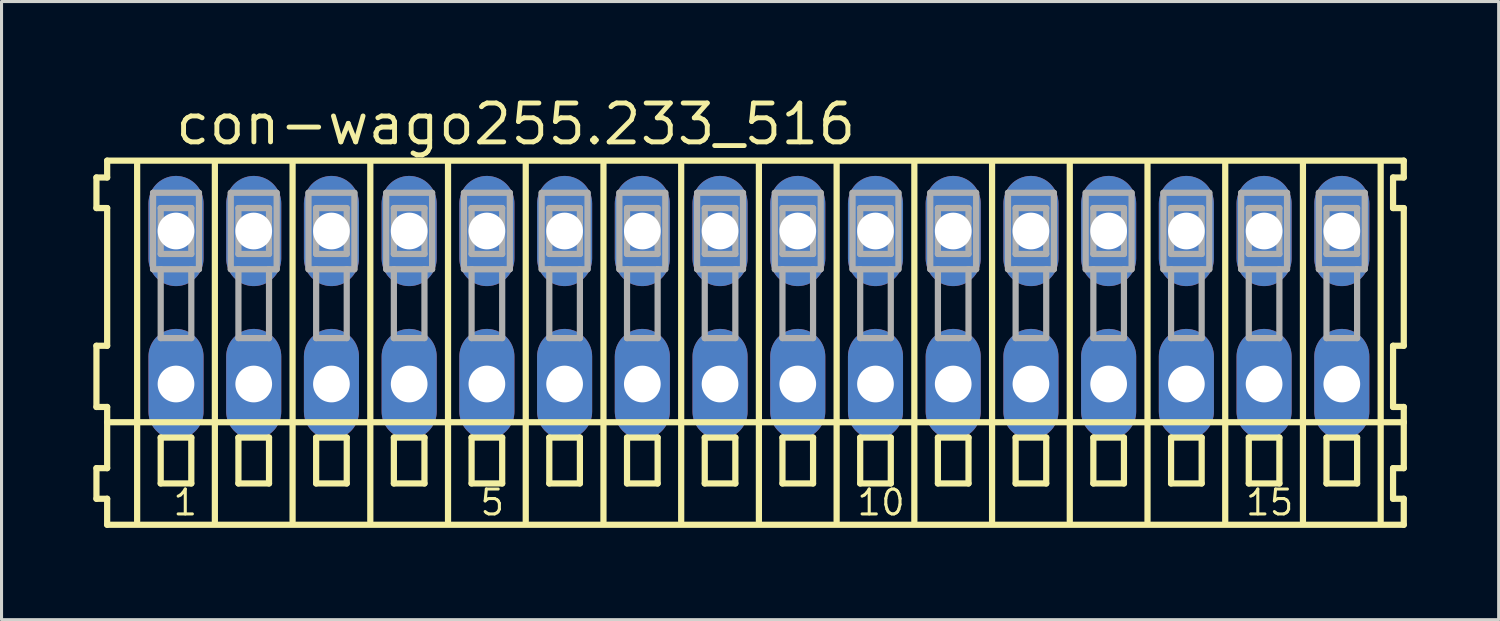
<source format=kicad_pcb>
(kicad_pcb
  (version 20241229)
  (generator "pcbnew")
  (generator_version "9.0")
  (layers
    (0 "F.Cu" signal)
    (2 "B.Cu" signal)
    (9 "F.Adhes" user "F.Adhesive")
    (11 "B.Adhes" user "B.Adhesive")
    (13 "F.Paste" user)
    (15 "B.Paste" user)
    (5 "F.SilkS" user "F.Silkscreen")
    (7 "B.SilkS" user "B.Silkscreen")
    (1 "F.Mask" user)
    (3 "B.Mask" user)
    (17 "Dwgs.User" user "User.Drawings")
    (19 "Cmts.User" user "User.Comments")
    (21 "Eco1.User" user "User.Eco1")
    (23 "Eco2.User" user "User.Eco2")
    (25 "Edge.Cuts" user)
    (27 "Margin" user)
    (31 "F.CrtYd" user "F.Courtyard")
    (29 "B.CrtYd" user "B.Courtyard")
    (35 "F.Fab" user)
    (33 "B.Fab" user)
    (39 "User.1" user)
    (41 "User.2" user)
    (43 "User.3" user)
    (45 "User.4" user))
  (footprint "con-wago255.233_516"
    (layer "F.Cu")
    (at 21.752 7)
    (property "Reference" "con-wago255.233_516" (at -19.15 -5.25 0) (layer "F.SilkS") (effects (font (size 1.27 1.27) (thickness 0.16)) (justify left bottom)))
    (attr through_hole)
    (fp_line (start -21.65 -4.25) (end -21.65 -3.25) (stroke (width 0.203) (type default)) (layer "F.SilkS"))
    (fp_line (start -21.65 -3.25) (end -21.3 -3.25) (stroke (width 0.203) (type default)) (layer "F.SilkS"))
    (fp_line (start -21.65 1.25) (end -21.65 3.25) (stroke (width 0.203) (type default)) (layer "F.SilkS"))
    (fp_line (start -21.65 3.25) (end -21.3 3.25) (stroke (width 0.203) (type default)) (layer "F.SilkS"))
    (fp_line (start -21.65 5.25) (end -21.65 6.25) (stroke (width 0.203) (type default)) (layer "F.SilkS"))
    (fp_line (start -21.65 6.25) (end -21.3 6.25) (stroke (width 0.203) (type default)) (layer "F.SilkS"))
    (fp_line (start -21.3 -4.8) (end -21.3 -4.25) (stroke (width 0.203) (type default)) (layer "F.SilkS"))
    (fp_line (start -21.3 -4.25) (end -21.65 -4.25) (stroke (width 0.203) (type default)) (layer "F.SilkS"))
    (fp_line (start -21.3 -3.25) (end -21.3 1.25) (stroke (width 0.203) (type default)) (layer "F.SilkS"))
    (fp_line (start -21.3 1.25) (end -21.65 1.25) (stroke (width 0.203) (type default)) (layer "F.SilkS"))
    (fp_line (start -21.3 3.25) (end -21.3 5.25) (stroke (width 0.203) (type default)) (layer "F.SilkS"))
    (fp_line (start -21.3 3.75) (end 21.075 3.75) (stroke (width 0.203) (type default)) (layer "F.SilkS"))
    (fp_line (start -21.3 5.25) (end -21.65 5.25) (stroke (width 0.203) (type default)) (layer "F.SilkS"))
    (fp_line (start -21.3 6.25) (end -21.3 7.1) (stroke (width 0.203) (type default)) (layer "F.SilkS"))
    (fp_line (start -21.3 7.1) (end 21.075 7.1) (stroke (width 0.203) (type default)) (layer "F.SilkS"))
    (fp_line (start -20.32 6.985) (end -20.32 -4.699) (stroke (width 0.203) (type default)) (layer "F.SilkS"))
    (fp_line (start -19.55 4.25) (end -19.55 5.75) (stroke (width 0.203) (type default)) (layer "F.SilkS"))
    (fp_line (start -19.55 5.75) (end -18.55 5.75) (stroke (width 0.203) (type default)) (layer "F.SilkS"))
    (fp_line (start -18.55 4.25) (end -19.55 4.25) (stroke (width 0.203) (type default)) (layer "F.SilkS"))
    (fp_line (start -18.55 5.75) (end -18.55 4.25) (stroke (width 0.203) (type default)) (layer "F.SilkS"))
    (fp_line (start -17.78 6.985) (end -17.78 -4.699) (stroke (width 0.203) (type default)) (layer "F.SilkS"))
    (fp_line (start -17.01 4.25) (end -17.01 5.75) (stroke (width 0.203) (type default)) (layer "F.SilkS"))
    (fp_line (start -17.01 5.75) (end -16.01 5.75) (stroke (width 0.203) (type default)) (layer "F.SilkS"))
    (fp_line (start -16.01 4.25) (end -17.01 4.25) (stroke (width 0.203) (type default)) (layer "F.SilkS"))
    (fp_line (start -16.01 5.75) (end -16.01 4.25) (stroke (width 0.203) (type default)) (layer "F.SilkS"))
    (fp_line (start -15.24 6.985) (end -15.24 -4.699) (stroke (width 0.203) (type default)) (layer "F.SilkS"))
    (fp_line (start -14.47 4.25) (end -14.47 5.75) (stroke (width 0.203) (type default)) (layer "F.SilkS"))
    (fp_line (start -14.47 5.75) (end -13.47 5.75) (stroke (width 0.203) (type default)) (layer "F.SilkS"))
    (fp_line (start -13.47 4.25) (end -14.47 4.25) (stroke (width 0.203) (type default)) (layer "F.SilkS"))
    (fp_line (start -13.47 5.75) (end -13.47 4.25) (stroke (width 0.203) (type default)) (layer "F.SilkS"))
    (fp_line (start -12.7 6.985) (end -12.7 -4.699) (stroke (width 0.203) (type default)) (layer "F.SilkS"))
    (fp_line (start -11.93 4.25) (end -11.93 5.75) (stroke (width 0.203) (type default)) (layer "F.SilkS"))
    (fp_line (start -11.93 5.75) (end -10.93 5.75) (stroke (width 0.203) (type default)) (layer "F.SilkS"))
    (fp_line (start -10.93 4.25) (end -11.93 4.25) (stroke (width 0.203) (type default)) (layer "F.SilkS"))
    (fp_line (start -10.93 5.75) (end -10.93 4.25) (stroke (width 0.203) (type default)) (layer "F.SilkS"))
    (fp_line (start -10.16 6.985) (end -10.16 -4.699) (stroke (width 0.203) (type default)) (layer "F.SilkS"))
    (fp_line (start -9.39 4.25) (end -9.39 5.75) (stroke (width 0.203) (type default)) (layer "F.SilkS"))
    (fp_line (start -9.39 5.75) (end -8.39 5.75) (stroke (width 0.203) (type default)) (layer "F.SilkS"))
    (fp_line (start -8.39 4.25) (end -9.39 4.25) (stroke (width 0.203) (type default)) (layer "F.SilkS"))
    (fp_line (start -8.39 5.75) (end -8.39 4.25) (stroke (width 0.203) (type default)) (layer "F.SilkS"))
    (fp_line (start -7.62 6.985) (end -7.62 -4.699) (stroke (width 0.203) (type default)) (layer "F.SilkS"))
    (fp_line (start -6.85 4.25) (end -6.85 5.75) (stroke (width 0.203) (type default)) (layer "F.SilkS"))
    (fp_line (start -6.85 5.75) (end -5.85 5.75) (stroke (width 0.203) (type default)) (layer "F.SilkS"))
    (fp_line (start -5.85 4.25) (end -6.85 4.25) (stroke (width 0.203) (type default)) (layer "F.SilkS"))
    (fp_line (start -5.85 5.75) (end -5.85 4.25) (stroke (width 0.203) (type default)) (layer "F.SilkS"))
    (fp_line (start -5.08 6.985) (end -5.08 -4.699) (stroke (width 0.203) (type default)) (layer "F.SilkS"))
    (fp_line (start -4.31 4.25) (end -4.31 5.75) (stroke (width 0.203) (type default)) (layer "F.SilkS"))
    (fp_line (start -4.31 5.75) (end -3.31 5.75) (stroke (width 0.203) (type default)) (layer "F.SilkS"))
    (fp_line (start -3.31 4.25) (end -4.31 4.25) (stroke (width 0.203) (type default)) (layer "F.SilkS"))
    (fp_line (start -3.31 5.75) (end -3.31 4.25) (stroke (width 0.203) (type default)) (layer "F.SilkS"))
    (fp_line (start -2.54 6.985) (end -2.54 -4.699) (stroke (width 0.203) (type default)) (layer "F.SilkS"))
    (fp_line (start -1.77 4.25) (end -1.77 5.75) (stroke (width 0.203) (type default)) (layer "F.SilkS"))
    (fp_line (start -1.77 5.75) (end -0.77 5.75) (stroke (width 0.203) (type default)) (layer "F.SilkS"))
    (fp_line (start -0.77 4.25) (end -1.77 4.25) (stroke (width 0.203) (type default)) (layer "F.SilkS"))
    (fp_line (start -0.77 5.75) (end -0.77 4.25) (stroke (width 0.203) (type default)) (layer "F.SilkS"))
    (fp_line (start 0 6.985) (end 0 -4.699) (stroke (width 0.203) (type default)) (layer "F.SilkS"))
    (fp_line (start 0.77 4.25) (end 0.77 5.75) (stroke (width 0.203) (type default)) (layer "F.SilkS"))
    (fp_line (start 0.77 5.75) (end 1.77 5.75) (stroke (width 0.203) (type default)) (layer "F.SilkS"))
    (fp_line (start 1.77 4.25) (end 0.77 4.25) (stroke (width 0.203) (type default)) (layer "F.SilkS"))
    (fp_line (start 1.77 5.75) (end 1.77 4.25) (stroke (width 0.203) (type default)) (layer "F.SilkS"))
    (fp_line (start 2.54 6.985) (end 2.54 -4.699) (stroke (width 0.203) (type default)) (layer "F.SilkS"))
    (fp_line (start 3.31 4.25) (end 3.31 5.75) (stroke (width 0.203) (type default)) (layer "F.SilkS"))
    (fp_line (start 3.31 5.75) (end 4.31 5.75) (stroke (width 0.203) (type default)) (layer "F.SilkS"))
    (fp_line (start 4.31 4.25) (end 3.31 4.25) (stroke (width 0.203) (type default)) (layer "F.SilkS"))
    (fp_line (start 4.31 5.75) (end 4.31 4.25) (stroke (width 0.203) (type default)) (layer "F.SilkS"))
    (fp_line (start 5.08 6.985) (end 5.08 -4.699) (stroke (width 0.203) (type default)) (layer "F.SilkS"))
    (fp_line (start 5.85 4.25) (end 5.85 5.75) (stroke (width 0.203) (type default)) (layer "F.SilkS"))
    (fp_line (start 5.85 5.75) (end 6.85 5.75) (stroke (width 0.203) (type default)) (layer "F.SilkS"))
    (fp_line (start 6.85 4.25) (end 5.85 4.25) (stroke (width 0.203) (type default)) (layer "F.SilkS"))
    (fp_line (start 6.85 5.75) (end 6.85 4.25) (stroke (width 0.203) (type default)) (layer "F.SilkS"))
    (fp_line (start 7.62 6.985) (end 7.62 -4.699) (stroke (width 0.203) (type default)) (layer "F.SilkS"))
    (fp_line (start 8.39 4.25) (end 8.39 5.75) (stroke (width 0.203) (type default)) (layer "F.SilkS"))
    (fp_line (start 8.39 5.75) (end 9.39 5.75) (stroke (width 0.203) (type default)) (layer "F.SilkS"))
    (fp_line (start 9.39 4.25) (end 8.39 4.25) (stroke (width 0.203) (type default)) (layer "F.SilkS"))
    (fp_line (start 9.39 5.75) (end 9.39 4.25) (stroke (width 0.203) (type default)) (layer "F.SilkS"))
    (fp_line (start 10.16 6.985) (end 10.16 -4.699) (stroke (width 0.203) (type default)) (layer "F.SilkS"))
    (fp_line (start 10.93 4.25) (end 10.93 5.75) (stroke (width 0.203) (type default)) (layer "F.SilkS"))
    (fp_line (start 10.93 5.75) (end 11.93 5.75) (stroke (width 0.203) (type default)) (layer "F.SilkS"))
    (fp_line (start 11.93 4.25) (end 10.93 4.25) (stroke (width 0.203) (type default)) (layer "F.SilkS"))
    (fp_line (start 11.93 5.75) (end 11.93 4.25) (stroke (width 0.203) (type default)) (layer "F.SilkS"))
    (fp_line (start 12.7 6.985) (end 12.7 -4.699) (stroke (width 0.203) (type default)) (layer "F.SilkS"))
    (fp_line (start 13.47 4.25) (end 13.47 5.75) (stroke (width 0.203) (type default)) (layer "F.SilkS"))
    (fp_line (start 13.47 5.75) (end 14.47 5.75) (stroke (width 0.203) (type default)) (layer "F.SilkS"))
    (fp_line (start 14.47 4.25) (end 13.47 4.25) (stroke (width 0.203) (type default)) (layer "F.SilkS"))
    (fp_line (start 14.47 5.75) (end 14.47 4.25) (stroke (width 0.203) (type default)) (layer "F.SilkS"))
    (fp_line (start 15.24 6.985) (end 15.24 -4.699) (stroke (width 0.203) (type default)) (layer "F.SilkS"))
    (fp_line (start 16.01 4.25) (end 16.01 5.75) (stroke (width 0.203) (type default)) (layer "F.SilkS"))
    (fp_line (start 16.01 5.75) (end 17.01 5.75) (stroke (width 0.203) (type default)) (layer "F.SilkS"))
    (fp_line (start 17.01 4.25) (end 16.01 4.25) (stroke (width 0.203) (type default)) (layer "F.SilkS"))
    (fp_line (start 17.01 5.75) (end 17.01 4.25) (stroke (width 0.203) (type default)) (layer "F.SilkS"))
    (fp_line (start 17.78 6.985) (end 17.78 -4.699) (stroke (width 0.203) (type default)) (layer "F.SilkS"))
    (fp_line (start 18.55 4.25) (end 18.55 5.75) (stroke (width 0.203) (type default)) (layer "F.SilkS"))
    (fp_line (start 18.55 5.75) (end 19.55 5.75) (stroke (width 0.203) (type default)) (layer "F.SilkS"))
    (fp_line (start 19.55 4.25) (end 18.55 4.25) (stroke (width 0.203) (type default)) (layer "F.SilkS"))
    (fp_line (start 19.55 5.75) (end 19.55 4.25) (stroke (width 0.203) (type default)) (layer "F.SilkS"))
    (fp_line (start 20.32 6.985) (end 20.32 -4.699) (stroke (width 0.203) (type default)) (layer "F.SilkS"))
    (fp_line (start 20.725 -4.25) (end 20.725 -3.25) (stroke (width 0.203) (type default)) (layer "F.SilkS"))
    (fp_line (start 20.725 -3.25) (end 21.075 -3.25) (stroke (width 0.203) (type default)) (layer "F.SilkS"))
    (fp_line (start 20.725 1.25) (end 20.725 3.25) (stroke (width 0.203) (type default)) (layer "F.SilkS"))
    (fp_line (start 20.725 3.25) (end 21.075 3.25) (stroke (width 0.203) (type default)) (layer "F.SilkS"))
    (fp_line (start 20.725 5.25) (end 20.725 6.25) (stroke (width 0.203) (type default)) (layer "F.SilkS"))
    (fp_line (start 20.725 6.25) (end 21.075 6.25) (stroke (width 0.203) (type default)) (layer "F.SilkS"))
    (fp_line (start 21.075 -4.8) (end -21.3 -4.8) (stroke (width 0.203) (type default)) (layer "F.SilkS"))
    (fp_line (start 21.075 -4.25) (end 20.725 -4.25) (stroke (width 0.203) (type default)) (layer "F.SilkS"))
    (fp_line (start 21.075 -4.25) (end 21.075 -4.8) (stroke (width 0.203) (type default)) (layer "F.SilkS"))
    (fp_line (start 21.075 1.25) (end 20.725 1.25) (stroke (width 0.203) (type default)) (layer "F.SilkS"))
    (fp_line (start 21.075 1.25) (end 21.075 -3.25) (stroke (width 0.203) (type default)) (layer "F.SilkS"))
    (fp_line (start 21.075 3.75) (end 21.075 3.25) (stroke (width 0.203) (type default)) (layer "F.SilkS"))
    (fp_line (start 21.075 5.25) (end 20.725 5.25) (stroke (width 0.203) (type default)) (layer "F.SilkS"))
    (fp_line (start 21.075 5.25) (end 21.075 3.75) (stroke (width 0.203) (type default)) (layer "F.SilkS"))
    (fp_line (start 21.075 7.1) (end 21.075 6.25) (stroke (width 0.203) (type default)) (layer "F.SilkS"))
    (fp_line (start -19.8 -3.75) (end -19.8 -1.25) (stroke (width 0.203) (type default)) (layer "F.Fab"))
    (fp_line (start -19.8 -1.25) (end -19.55 -1.25) (stroke (width 0.203) (type default)) (layer "F.Fab"))
    (fp_line (start -19.55 -3.25) (end -19.55 -1.75) (stroke (width 0.203) (type default)) (layer "F.Fab"))
    (fp_line (start -19.55 -1.75) (end -18.55 -1.75) (stroke (width 0.203) (type default)) (layer "F.Fab"))
    (fp_line (start -19.55 -1.25) (end -19.55 1) (stroke (width 0.203) (type default)) (layer "F.Fab"))
    (fp_line (start -19.55 -1.25) (end -18.55 -1.25) (stroke (width 0.203) (type default)) (layer "F.Fab"))
    (fp_line (start -19.55 1) (end -18.55 1) (stroke (width 0.203) (type default)) (layer "F.Fab"))
    (fp_line (start -18.55 -3.25) (end -19.55 -3.25) (stroke (width 0.203) (type default)) (layer "F.Fab"))
    (fp_line (start -18.55 -1.75) (end -18.55 -3.25) (stroke (width 0.203) (type default)) (layer "F.Fab"))
    (fp_line (start -18.55 -1.25) (end -18.3 -1.25) (stroke (width 0.203) (type default)) (layer "F.Fab"))
    (fp_line (start -18.55 1) (end -18.55 -1.25) (stroke (width 0.203) (type default)) (layer "F.Fab"))
    (fp_line (start -18.3 -3.75) (end -19.8 -3.75) (stroke (width 0.203) (type default)) (layer "F.Fab"))
    (fp_line (start -18.3 -1.25) (end -18.3 -3.75) (stroke (width 0.203) (type default)) (layer "F.Fab"))
    (fp_line (start -17.26 -3.75) (end -17.26 -1.25) (stroke (width 0.203) (type default)) (layer "F.Fab"))
    (fp_line (start -17.26 -1.25) (end -17.01 -1.25) (stroke (width 0.203) (type default)) (layer "F.Fab"))
    (fp_line (start -17.01 -3.25) (end -17.01 -1.75) (stroke (width 0.203) (type default)) (layer "F.Fab"))
    (fp_line (start -17.01 -1.75) (end -16.01 -1.75) (stroke (width 0.203) (type default)) (layer "F.Fab"))
    (fp_line (start -17.01 -1.25) (end -17.01 1) (stroke (width 0.203) (type default)) (layer "F.Fab"))
    (fp_line (start -17.01 -1.25) (end -16.01 -1.25) (stroke (width 0.203) (type default)) (layer "F.Fab"))
    (fp_line (start -17.01 1) (end -16.01 1) (stroke (width 0.203) (type default)) (layer "F.Fab"))
    (fp_line (start -16.01 -3.25) (end -17.01 -3.25) (stroke (width 0.203) (type default)) (layer "F.Fab"))
    (fp_line (start -16.01 -1.75) (end -16.01 -3.25) (stroke (width 0.203) (type default)) (layer "F.Fab"))
    (fp_line (start -16.01 -1.25) (end -15.76 -1.25) (stroke (width 0.203) (type default)) (layer "F.Fab"))
    (fp_line (start -16.01 1) (end -16.01 -1.25) (stroke (width 0.203) (type default)) (layer "F.Fab"))
    (fp_line (start -15.76 -3.75) (end -17.26 -3.75) (stroke (width 0.203) (type default)) (layer "F.Fab"))
    (fp_line (start -15.76 -1.25) (end -15.76 -3.75) (stroke (width 0.203) (type default)) (layer "F.Fab"))
    (fp_line (start -14.72 -3.75) (end -14.72 -1.25) (stroke (width 0.203) (type default)) (layer "F.Fab"))
    (fp_line (start -14.72 -1.25) (end -14.47 -1.25) (stroke (width 0.203) (type default)) (layer "F.Fab"))
    (fp_line (start -14.47 -3.25) (end -14.47 -1.75) (stroke (width 0.203) (type default)) (layer "F.Fab"))
    (fp_line (start -14.47 -1.75) (end -13.47 -1.75) (stroke (width 0.203) (type default)) (layer "F.Fab"))
    (fp_line (start -14.47 -1.25) (end -14.47 1) (stroke (width 0.203) (type default)) (layer "F.Fab"))
    (fp_line (start -14.47 -1.25) (end -13.47 -1.25) (stroke (width 0.203) (type default)) (layer "F.Fab"))
    (fp_line (start -14.47 1) (end -13.47 1) (stroke (width 0.203) (type default)) (layer "F.Fab"))
    (fp_line (start -13.47 -3.25) (end -14.47 -3.25) (stroke (width 0.203) (type default)) (layer "F.Fab"))
    (fp_line (start -13.47 -1.75) (end -13.47 -3.25) (stroke (width 0.203) (type default)) (layer "F.Fab"))
    (fp_line (start -13.47 -1.25) (end -13.22 -1.25) (stroke (width 0.203) (type default)) (layer "F.Fab"))
    (fp_line (start -13.47 1) (end -13.47 -1.25) (stroke (width 0.203) (type default)) (layer "F.Fab"))
    (fp_line (start -13.22 -3.75) (end -14.72 -3.75) (stroke (width 0.203) (type default)) (layer "F.Fab"))
    (fp_line (start -13.22 -1.25) (end -13.22 -3.75) (stroke (width 0.203) (type default)) (layer "F.Fab"))
    (fp_line (start -12.18 -3.75) (end -12.18 -1.25) (stroke (width 0.203) (type default)) (layer "F.Fab"))
    (fp_line (start -12.18 -1.25) (end -11.93 -1.25) (stroke (width 0.203) (type default)) (layer "F.Fab"))
    (fp_line (start -11.93 -3.25) (end -11.93 -1.75) (stroke (width 0.203) (type default)) (layer "F.Fab"))
    (fp_line (start -11.93 -1.75) (end -10.93 -1.75) (stroke (width 0.203) (type default)) (layer "F.Fab"))
    (fp_line (start -11.93 -1.25) (end -11.93 1) (stroke (width 0.203) (type default)) (layer "F.Fab"))
    (fp_line (start -11.93 -1.25) (end -10.93 -1.25) (stroke (width 0.203) (type default)) (layer "F.Fab"))
    (fp_line (start -11.93 1) (end -10.93 1) (stroke (width 0.203) (type default)) (layer "F.Fab"))
    (fp_line (start -10.93 -3.25) (end -11.93 -3.25) (stroke (width 0.203) (type default)) (layer "F.Fab"))
    (fp_line (start -10.93 -1.75) (end -10.93 -3.25) (stroke (width 0.203) (type default)) (layer "F.Fab"))
    (fp_line (start -10.93 -1.25) (end -10.68 -1.25) (stroke (width 0.203) (type default)) (layer "F.Fab"))
    (fp_line (start -10.93 1) (end -10.93 -1.25) (stroke (width 0.203) (type default)) (layer "F.Fab"))
    (fp_line (start -10.68 -3.75) (end -12.18 -3.75) (stroke (width 0.203) (type default)) (layer "F.Fab"))
    (fp_line (start -10.68 -1.25) (end -10.68 -3.75) (stroke (width 0.203) (type default)) (layer "F.Fab"))
    (fp_line (start -9.64 -3.75) (end -9.64 -1.25) (stroke (width 0.203) (type default)) (layer "F.Fab"))
    (fp_line (start -9.64 -1.25) (end -9.39 -1.25) (stroke (width 0.203) (type default)) (layer "F.Fab"))
    (fp_line (start -9.39 -3.25) (end -9.39 -1.75) (stroke (width 0.203) (type default)) (layer "F.Fab"))
    (fp_line (start -9.39 -1.75) (end -8.39 -1.75) (stroke (width 0.203) (type default)) (layer "F.Fab"))
    (fp_line (start -9.39 -1.25) (end -9.39 1) (stroke (width 0.203) (type default)) (layer "F.Fab"))
    (fp_line (start -9.39 -1.25) (end -8.39 -1.25) (stroke (width 0.203) (type default)) (layer "F.Fab"))
    (fp_line (start -9.39 1) (end -8.39 1) (stroke (width 0.203) (type default)) (layer "F.Fab"))
    (fp_line (start -8.39 -3.25) (end -9.39 -3.25) (stroke (width 0.203) (type default)) (layer "F.Fab"))
    (fp_line (start -8.39 -1.75) (end -8.39 -3.25) (stroke (width 0.203) (type default)) (layer "F.Fab"))
    (fp_line (start -8.39 -1.25) (end -8.14 -1.25) (stroke (width 0.203) (type default)) (layer "F.Fab"))
    (fp_line (start -8.39 1) (end -8.39 -1.25) (stroke (width 0.203) (type default)) (layer "F.Fab"))
    (fp_line (start -8.14 -3.75) (end -9.64 -3.75) (stroke (width 0.203) (type default)) (layer "F.Fab"))
    (fp_line (start -8.14 -1.25) (end -8.14 -3.75) (stroke (width 0.203) (type default)) (layer "F.Fab"))
    (fp_line (start -7.1 -3.75) (end -7.1 -1.25) (stroke (width 0.203) (type default)) (layer "F.Fab"))
    (fp_line (start -7.1 -1.25) (end -6.85 -1.25) (stroke (width 0.203) (type default)) (layer "F.Fab"))
    (fp_line (start -6.85 -3.25) (end -6.85 -1.75) (stroke (width 0.203) (type default)) (layer "F.Fab"))
    (fp_line (start -6.85 -1.75) (end -5.85 -1.75) (stroke (width 0.203) (type default)) (layer "F.Fab"))
    (fp_line (start -6.85 -1.25) (end -6.85 1) (stroke (width 0.203) (type default)) (layer "F.Fab"))
    (fp_line (start -6.85 -1.25) (end -5.85 -1.25) (stroke (width 0.203) (type default)) (layer "F.Fab"))
    (fp_line (start -6.85 1) (end -5.85 1) (stroke (width 0.203) (type default)) (layer "F.Fab"))
    (fp_line (start -5.85 -3.25) (end -6.85 -3.25) (stroke (width 0.203) (type default)) (layer "F.Fab"))
    (fp_line (start -5.85 -1.75) (end -5.85 -3.25) (stroke (width 0.203) (type default)) (layer "F.Fab"))
    (fp_line (start -5.85 -1.25) (end -5.6 -1.25) (stroke (width 0.203) (type default)) (layer "F.Fab"))
    (fp_line (start -5.85 1) (end -5.85 -1.25) (stroke (width 0.203) (type default)) (layer "F.Fab"))
    (fp_line (start -5.6 -3.75) (end -7.1 -3.75) (stroke (width 0.203) (type default)) (layer "F.Fab"))
    (fp_line (start -5.6 -1.25) (end -5.6 -3.75) (stroke (width 0.203) (type default)) (layer "F.Fab"))
    (fp_line (start -4.56 -3.75) (end -4.56 -1.25) (stroke (width 0.203) (type default)) (layer "F.Fab"))
    (fp_line (start -4.56 -1.25) (end -4.31 -1.25) (stroke (width 0.203) (type default)) (layer "F.Fab"))
    (fp_line (start -4.31 -3.25) (end -4.31 -1.75) (stroke (width 0.203) (type default)) (layer "F.Fab"))
    (fp_line (start -4.31 -1.75) (end -3.31 -1.75) (stroke (width 0.203) (type default)) (layer "F.Fab"))
    (fp_line (start -4.31 -1.25) (end -4.31 1) (stroke (width 0.203) (type default)) (layer "F.Fab"))
    (fp_line (start -4.31 -1.25) (end -3.31 -1.25) (stroke (width 0.203) (type default)) (layer "F.Fab"))
    (fp_line (start -4.31 1) (end -3.31 1) (stroke (width 0.203) (type default)) (layer "F.Fab"))
    (fp_line (start -3.31 -3.25) (end -4.31 -3.25) (stroke (width 0.203) (type default)) (layer "F.Fab"))
    (fp_line (start -3.31 -1.75) (end -3.31 -3.25) (stroke (width 0.203) (type default)) (layer "F.Fab"))
    (fp_line (start -3.31 -1.25) (end -3.06 -1.25) (stroke (width 0.203) (type default)) (layer "F.Fab"))
    (fp_line (start -3.31 1) (end -3.31 -1.25) (stroke (width 0.203) (type default)) (layer "F.Fab"))
    (fp_line (start -3.06 -3.75) (end -4.56 -3.75) (stroke (width 0.203) (type default)) (layer "F.Fab"))
    (fp_line (start -3.06 -1.25) (end -3.06 -3.75) (stroke (width 0.203) (type default)) (layer "F.Fab"))
    (fp_line (start -2.02 -3.75) (end -2.02 -1.25) (stroke (width 0.203) (type default)) (layer "F.Fab"))
    (fp_line (start -2.02 -1.25) (end -1.77 -1.25) (stroke (width 0.203) (type default)) (layer "F.Fab"))
    (fp_line (start -1.77 -3.25) (end -1.77 -1.75) (stroke (width 0.203) (type default)) (layer "F.Fab"))
    (fp_line (start -1.77 -1.75) (end -0.77 -1.75) (stroke (width 0.203) (type default)) (layer "F.Fab"))
    (fp_line (start -1.77 -1.25) (end -1.77 1) (stroke (width 0.203) (type default)) (layer "F.Fab"))
    (fp_line (start -1.77 -1.25) (end -0.77 -1.25) (stroke (width 0.203) (type default)) (layer "F.Fab"))
    (fp_line (start -1.77 1) (end -0.77 1) (stroke (width 0.203) (type default)) (layer "F.Fab"))
    (fp_line (start -0.77 -3.25) (end -1.77 -3.25) (stroke (width 0.203) (type default)) (layer "F.Fab"))
    (fp_line (start -0.77 -1.75) (end -0.77 -3.25) (stroke (width 0.203) (type default)) (layer "F.Fab"))
    (fp_line (start -0.77 -1.25) (end -0.52 -1.25) (stroke (width 0.203) (type default)) (layer "F.Fab"))
    (fp_line (start -0.77 1) (end -0.77 -1.25) (stroke (width 0.203) (type default)) (layer "F.Fab"))
    (fp_line (start -0.52 -3.75) (end -2.02 -3.75) (stroke (width 0.203) (type default)) (layer "F.Fab"))
    (fp_line (start -0.52 -1.25) (end -0.52 -3.75) (stroke (width 0.203) (type default)) (layer "F.Fab"))
    (fp_line (start 0.52 -3.75) (end 0.52 -1.25) (stroke (width 0.203) (type default)) (layer "F.Fab"))
    (fp_line (start 0.52 -1.25) (end 0.77 -1.25) (stroke (width 0.203) (type default)) (layer "F.Fab"))
    (fp_line (start 0.77 -3.25) (end 0.77 -1.75) (stroke (width 0.203) (type default)) (layer "F.Fab"))
    (fp_line (start 0.77 -1.75) (end 1.77 -1.75) (stroke (width 0.203) (type default)) (layer "F.Fab"))
    (fp_line (start 0.77 -1.25) (end 0.77 1) (stroke (width 0.203) (type default)) (layer "F.Fab"))
    (fp_line (start 0.77 -1.25) (end 1.77 -1.25) (stroke (width 0.203) (type default)) (layer "F.Fab"))
    (fp_line (start 0.77 1) (end 1.77 1) (stroke (width 0.203) (type default)) (layer "F.Fab"))
    (fp_line (start 1.77 -3.25) (end 0.77 -3.25) (stroke (width 0.203) (type default)) (layer "F.Fab"))
    (fp_line (start 1.77 -1.75) (end 1.77 -3.25) (stroke (width 0.203) (type default)) (layer "F.Fab"))
    (fp_line (start 1.77 -1.25) (end 2.02 -1.25) (stroke (width 0.203) (type default)) (layer "F.Fab"))
    (fp_line (start 1.77 1) (end 1.77 -1.25) (stroke (width 0.203) (type default)) (layer "F.Fab"))
    (fp_line (start 2.02 -3.75) (end 0.52 -3.75) (stroke (width 0.203) (type default)) (layer "F.Fab"))
    (fp_line (start 2.02 -1.25) (end 2.02 -3.75) (stroke (width 0.203) (type default)) (layer "F.Fab"))
    (fp_line (start 3.06 -3.75) (end 3.06 -1.25) (stroke (width 0.203) (type default)) (layer "F.Fab"))
    (fp_line (start 3.06 -1.25) (end 3.31 -1.25) (stroke (width 0.203) (type default)) (layer "F.Fab"))
    (fp_line (start 3.31 -3.25) (end 3.31 -1.75) (stroke (width 0.203) (type default)) (layer "F.Fab"))
    (fp_line (start 3.31 -1.75) (end 4.31 -1.75) (stroke (width 0.203) (type default)) (layer "F.Fab"))
    (fp_line (start 3.31 -1.25) (end 3.31 1) (stroke (width 0.203) (type default)) (layer "F.Fab"))
    (fp_line (start 3.31 -1.25) (end 4.31 -1.25) (stroke (width 0.203) (type default)) (layer "F.Fab"))
    (fp_line (start 3.31 1) (end 4.31 1) (stroke (width 0.203) (type default)) (layer "F.Fab"))
    (fp_line (start 4.31 -3.25) (end 3.31 -3.25) (stroke (width 0.203) (type default)) (layer "F.Fab"))
    (fp_line (start 4.31 -1.75) (end 4.31 -3.25) (stroke (width 0.203) (type default)) (layer "F.Fab"))
    (fp_line (start 4.31 -1.25) (end 4.56 -1.25) (stroke (width 0.203) (type default)) (layer "F.Fab"))
    (fp_line (start 4.31 1) (end 4.31 -1.25) (stroke (width 0.203) (type default)) (layer "F.Fab"))
    (fp_line (start 4.56 -3.75) (end 3.06 -3.75) (stroke (width 0.203) (type default)) (layer "F.Fab"))
    (fp_line (start 4.56 -1.25) (end 4.56 -3.75) (stroke (width 0.203) (type default)) (layer "F.Fab"))
    (fp_line (start 5.6 -3.75) (end 5.6 -1.25) (stroke (width 0.203) (type default)) (layer "F.Fab"))
    (fp_line (start 5.6 -1.25) (end 5.85 -1.25) (stroke (width 0.203) (type default)) (layer "F.Fab"))
    (fp_line (start 5.85 -3.25) (end 5.85 -1.75) (stroke (width 0.203) (type default)) (layer "F.Fab"))
    (fp_line (start 5.85 -1.75) (end 6.85 -1.75) (stroke (width 0.203) (type default)) (layer "F.Fab"))
    (fp_line (start 5.85 -1.25) (end 5.85 1) (stroke (width 0.203) (type default)) (layer "F.Fab"))
    (fp_line (start 5.85 -1.25) (end 6.85 -1.25) (stroke (width 0.203) (type default)) (layer "F.Fab"))
    (fp_line (start 5.85 1) (end 6.85 1) (stroke (width 0.203) (type default)) (layer "F.Fab"))
    (fp_line (start 6.85 -3.25) (end 5.85 -3.25) (stroke (width 0.203) (type default)) (layer "F.Fab"))
    (fp_line (start 6.85 -1.75) (end 6.85 -3.25) (stroke (width 0.203) (type default)) (layer "F.Fab"))
    (fp_line (start 6.85 -1.25) (end 7.1 -1.25) (stroke (width 0.203) (type default)) (layer "F.Fab"))
    (fp_line (start 6.85 1) (end 6.85 -1.25) (stroke (width 0.203) (type default)) (layer "F.Fab"))
    (fp_line (start 7.1 -3.75) (end 5.6 -3.75) (stroke (width 0.203) (type default)) (layer "F.Fab"))
    (fp_line (start 7.1 -1.25) (end 7.1 -3.75) (stroke (width 0.203) (type default)) (layer "F.Fab"))
    (fp_line (start 8.14 -3.75) (end 8.14 -1.25) (stroke (width 0.203) (type default)) (layer "F.Fab"))
    (fp_line (start 8.14 -1.25) (end 8.39 -1.25) (stroke (width 0.203) (type default)) (layer "F.Fab"))
    (fp_line (start 8.39 -3.25) (end 8.39 -1.75) (stroke (width 0.203) (type default)) (layer "F.Fab"))
    (fp_line (start 8.39 -1.75) (end 9.39 -1.75) (stroke (width 0.203) (type default)) (layer "F.Fab"))
    (fp_line (start 8.39 -1.25) (end 8.39 1) (stroke (width 0.203) (type default)) (layer "F.Fab"))
    (fp_line (start 8.39 -1.25) (end 9.39 -1.25) (stroke (width 0.203) (type default)) (layer "F.Fab"))
    (fp_line (start 8.39 1) (end 9.39 1) (stroke (width 0.203) (type default)) (layer "F.Fab"))
    (fp_line (start 9.39 -3.25) (end 8.39 -3.25) (stroke (width 0.203) (type default)) (layer "F.Fab"))
    (fp_line (start 9.39 -1.75) (end 9.39 -3.25) (stroke (width 0.203) (type default)) (layer "F.Fab"))
    (fp_line (start 9.39 -1.25) (end 9.64 -1.25) (stroke (width 0.203) (type default)) (layer "F.Fab"))
    (fp_line (start 9.39 1) (end 9.39 -1.25) (stroke (width 0.203) (type default)) (layer "F.Fab"))
    (fp_line (start 9.64 -3.75) (end 8.14 -3.75) (stroke (width 0.203) (type default)) (layer "F.Fab"))
    (fp_line (start 9.64 -1.25) (end 9.64 -3.75) (stroke (width 0.203) (type default)) (layer "F.Fab"))
    (fp_line (start 10.68 -3.75) (end 10.68 -1.25) (stroke (width 0.203) (type default)) (layer "F.Fab"))
    (fp_line (start 10.68 -1.25) (end 10.93 -1.25) (stroke (width 0.203) (type default)) (layer "F.Fab"))
    (fp_line (start 10.93 -3.25) (end 10.93 -1.75) (stroke (width 0.203) (type default)) (layer "F.Fab"))
    (fp_line (start 10.93 -1.75) (end 11.93 -1.75) (stroke (width 0.203) (type default)) (layer "F.Fab"))
    (fp_line (start 10.93 -1.25) (end 10.93 1) (stroke (width 0.203) (type default)) (layer "F.Fab"))
    (fp_line (start 10.93 -1.25) (end 11.93 -1.25) (stroke (width 0.203) (type default)) (layer "F.Fab"))
    (fp_line (start 10.93 1) (end 11.93 1) (stroke (width 0.203) (type default)) (layer "F.Fab"))
    (fp_line (start 11.93 -3.25) (end 10.93 -3.25) (stroke (width 0.203) (type default)) (layer "F.Fab"))
    (fp_line (start 11.93 -1.75) (end 11.93 -3.25) (stroke (width 0.203) (type default)) (layer "F.Fab"))
    (fp_line (start 11.93 -1.25) (end 12.18 -1.25) (stroke (width 0.203) (type default)) (layer "F.Fab"))
    (fp_line (start 11.93 1) (end 11.93 -1.25) (stroke (width 0.203) (type default)) (layer "F.Fab"))
    (fp_line (start 12.18 -3.75) (end 10.68 -3.75) (stroke (width 0.203) (type default)) (layer "F.Fab"))
    (fp_line (start 12.18 -1.25) (end 12.18 -3.75) (stroke (width 0.203) (type default)) (layer "F.Fab"))
    (fp_line (start 13.22 -3.75) (end 13.22 -1.25) (stroke (width 0.203) (type default)) (layer "F.Fab"))
    (fp_line (start 13.22 -1.25) (end 13.47 -1.25) (stroke (width 0.203) (type default)) (layer "F.Fab"))
    (fp_line (start 13.47 -3.25) (end 13.47 -1.75) (stroke (width 0.203) (type default)) (layer "F.Fab"))
    (fp_line (start 13.47 -1.75) (end 14.47 -1.75) (stroke (width 0.203) (type default)) (layer "F.Fab"))
    (fp_line (start 13.47 -1.25) (end 13.47 1) (stroke (width 0.203) (type default)) (layer "F.Fab"))
    (fp_line (start 13.47 -1.25) (end 14.47 -1.25) (stroke (width 0.203) (type default)) (layer "F.Fab"))
    (fp_line (start 13.47 1) (end 14.47 1) (stroke (width 0.203) (type default)) (layer "F.Fab"))
    (fp_line (start 14.47 -3.25) (end 13.47 -3.25) (stroke (width 0.203) (type default)) (layer "F.Fab"))
    (fp_line (start 14.47 -1.75) (end 14.47 -3.25) (stroke (width 0.203) (type default)) (layer "F.Fab"))
    (fp_line (start 14.47 -1.25) (end 14.72 -1.25) (stroke (width 0.203) (type default)) (layer "F.Fab"))
    (fp_line (start 14.47 1) (end 14.47 -1.25) (stroke (width 0.203) (type default)) (layer "F.Fab"))
    (fp_line (start 14.72 -3.75) (end 13.22 -3.75) (stroke (width 0.203) (type default)) (layer "F.Fab"))
    (fp_line (start 14.72 -1.25) (end 14.72 -3.75) (stroke (width 0.203) (type default)) (layer "F.Fab"))
    (fp_line (start 15.76 -3.75) (end 15.76 -1.25) (stroke (width 0.203) (type default)) (layer "F.Fab"))
    (fp_line (start 15.76 -1.25) (end 16.01 -1.25) (stroke (width 0.203) (type default)) (layer "F.Fab"))
    (fp_line (start 16.01 -3.25) (end 16.01 -1.75) (stroke (width 0.203) (type default)) (layer "F.Fab"))
    (fp_line (start 16.01 -1.75) (end 17.01 -1.75) (stroke (width 0.203) (type default)) (layer "F.Fab"))
    (fp_line (start 16.01 -1.25) (end 16.01 1) (stroke (width 0.203) (type default)) (layer "F.Fab"))
    (fp_line (start 16.01 -1.25) (end 17.01 -1.25) (stroke (width 0.203) (type default)) (layer "F.Fab"))
    (fp_line (start 16.01 1) (end 17.01 1) (stroke (width 0.203) (type default)) (layer "F.Fab"))
    (fp_line (start 17.01 -3.25) (end 16.01 -3.25) (stroke (width 0.203) (type default)) (layer "F.Fab"))
    (fp_line (start 17.01 -1.75) (end 17.01 -3.25) (stroke (width 0.203) (type default)) (layer "F.Fab"))
    (fp_line (start 17.01 -1.25) (end 17.26 -1.25) (stroke (width 0.203) (type default)) (layer "F.Fab"))
    (fp_line (start 17.01 1) (end 17.01 -1.25) (stroke (width 0.203) (type default)) (layer "F.Fab"))
    (fp_line (start 17.26 -3.75) (end 15.76 -3.75) (stroke (width 0.203) (type default)) (layer "F.Fab"))
    (fp_line (start 17.26 -1.25) (end 17.26 -3.75) (stroke (width 0.203) (type default)) (layer "F.Fab"))
    (fp_line (start 18.3 -3.75) (end 18.3 -1.25) (stroke (width 0.203) (type default)) (layer "F.Fab"))
    (fp_line (start 18.3 -1.25) (end 18.55 -1.25) (stroke (width 0.203) (type default)) (layer "F.Fab"))
    (fp_line (start 18.55 -3.25) (end 18.55 -1.75) (stroke (width 0.203) (type default)) (layer "F.Fab"))
    (fp_line (start 18.55 -1.75) (end 19.55 -1.75) (stroke (width 0.203) (type default)) (layer "F.Fab"))
    (fp_line (start 18.55 -1.25) (end 18.55 1) (stroke (width 0.203) (type default)) (layer "F.Fab"))
    (fp_line (start 18.55 -1.25) (end 19.55 -1.25) (stroke (width 0.203) (type default)) (layer "F.Fab"))
    (fp_line (start 18.55 1) (end 19.55 1) (stroke (width 0.203) (type default)) (layer "F.Fab"))
    (fp_line (start 19.55 -3.25) (end 18.55 -3.25) (stroke (width 0.203) (type default)) (layer "F.Fab"))
    (fp_line (start 19.55 -1.75) (end 19.55 -3.25) (stroke (width 0.203) (type default)) (layer "F.Fab"))
    (fp_line (start 19.55 -1.25) (end 19.8 -1.25) (stroke (width 0.203) (type default)) (layer "F.Fab"))
    (fp_line (start 19.55 1) (end 19.55 -1.25) (stroke (width 0.203) (type default)) (layer "F.Fab"))
    (fp_line (start 19.8 -3.75) (end 18.3 -3.75) (stroke (width 0.203) (type default)) (layer "F.Fab"))
    (fp_line (start 19.8 -1.25) (end 19.8 -3.75) (stroke (width 0.203) (type default)) (layer "F.Fab"))
    (fp_text user "5" (at -9.167 6.85 0) (layer "F.SilkS") (effects (font (size 0.813 0.813) (thickness 0.1)) (justify left bottom)))
    (fp_text user "10" (at 3.152 6.85 0) (layer "F.SilkS") (effects (font (size 0.813 0.813) (thickness 0.1)) (justify left bottom)))
    (fp_text user "1" (at -19.2 6.85 0) (layer "F.SilkS") (effects (font (size 0.813 0.813) (thickness 0.1)) (justify left bottom)))
    (fp_text user "15" (at 15.852 6.85 0) (layer "F.SilkS") (effects (font (size 0.813 0.813) (thickness 0.1)) (justify left bottom)))
    (pad "A1" thru_hole oval (at -19.05 -2.5 90) (size 3.6 1.8) (drill 1.2) (layers "*.Cu" "*.Mask"))
    (pad "A2" thru_hole oval (at -16.51 -2.5 90) (size 3.6 1.8) (drill 1.2) (layers "*.Cu" "*.Mask"))
    (pad "A3" thru_hole oval (at -13.97 -2.5 90) (size 3.6 1.8) (drill 1.2) (layers "*.Cu" "*.Mask"))
    (pad "A4" thru_hole oval (at -11.43 -2.5 90) (size 3.6 1.8) (drill 1.2) (layers "*.Cu" "*.Mask"))
    (pad "A5" thru_hole oval (at -8.89 -2.5 90) (size 3.6 1.8) (drill 1.2) (layers "*.Cu" "*.Mask"))
    (pad "A6" thru_hole oval (at -6.35 -2.5 90) (size 3.6 1.8) (drill 1.2) (layers "*.Cu" "*.Mask"))
    (pad "A7" thru_hole oval (at -3.81 -2.5 90) (size 3.6 1.8) (drill 1.2) (layers "*.Cu" "*.Mask"))
    (pad "A8" thru_hole oval (at -1.27 -2.5 90) (size 3.6 1.8) (drill 1.2) (layers "*.Cu" "*.Mask"))
    (pad "A9" thru_hole oval (at 1.27 -2.5 90) (size 3.6 1.8) (drill 1.2) (layers "*.Cu" "*.Mask"))
    (pad "A10" thru_hole oval (at 3.81 -2.5 90) (size 3.6 1.8) (drill 1.2) (layers "*.Cu" "*.Mask"))
    (pad "A11" thru_hole oval (at 6.35 -2.5 90) (size 3.6 1.8) (drill 1.2) (layers "*.Cu" "*.Mask"))
    (pad "A12" thru_hole oval (at 8.89 -2.5 90) (size 3.6 1.8) (drill 1.2) (layers "*.Cu" "*.Mask"))
    (pad "A13" thru_hole oval (at 11.43 -2.5 90) (size 3.6 1.8) (drill 1.2) (layers "*.Cu" "*.Mask"))
    (pad "A14" thru_hole oval (at 13.97 -2.5 90) (size 3.6 1.8) (drill 1.2) (layers "*.Cu" "*.Mask"))
    (pad "A15" thru_hole oval (at 16.51 -2.5 90) (size 3.6 1.8) (drill 1.2) (layers "*.Cu" "*.Mask"))
    (pad "A16" thru_hole oval (at 19.05 -2.5 90) (size 3.6 1.8) (drill 1.2) (layers "*.Cu" "*.Mask"))
    (pad "B1" thru_hole oval (at -19.05 2.5 90) (size 3.6 1.8) (drill 1.2) (layers "*.Cu" "*.Mask"))
    (pad "B2" thru_hole oval (at -16.51 2.5 90) (size 3.6 1.8) (drill 1.2) (layers "*.Cu" "*.Mask"))
    (pad "B3" thru_hole oval (at -13.97 2.5 90) (size 3.6 1.8) (drill 1.2) (layers "*.Cu" "*.Mask"))
    (pad "B4" thru_hole oval (at -11.43 2.5 90) (size 3.6 1.8) (drill 1.2) (layers "*.Cu" "*.Mask"))
    (pad "B5" thru_hole oval (at -8.89 2.5 90) (size 3.6 1.8) (drill 1.2) (layers "*.Cu" "*.Mask"))
    (pad "B6" thru_hole oval (at -6.35 2.5 90) (size 3.6 1.8) (drill 1.2) (layers "*.Cu" "*.Mask"))
    (pad "B7" thru_hole oval (at -3.81 2.5 90) (size 3.6 1.8) (drill 1.2) (layers "*.Cu" "*.Mask"))
    (pad "B8" thru_hole oval (at -1.27 2.5 90) (size 3.6 1.8) (drill 1.2) (layers "*.Cu" "*.Mask"))
    (pad "B9" thru_hole oval (at 1.27 2.5 90) (size 3.6 1.8) (drill 1.2) (layers "*.Cu" "*.Mask"))
    (pad "B10" thru_hole oval (at 3.81 2.5 90) (size 3.6 1.8) (drill 1.2) (layers "*.Cu" "*.Mask"))
    (pad "B11" thru_hole oval (at 6.35 2.5 90) (size 3.6 1.8) (drill 1.2) (layers "*.Cu" "*.Mask"))
    (pad "B12" thru_hole oval (at 8.89 2.5 90) (size 3.6 1.8) (drill 1.2) (layers "*.Cu" "*.Mask"))
    (pad "B13" thru_hole oval (at 11.43 2.5 90) (size 3.6 1.8) (drill 1.2) (layers "*.Cu" "*.Mask"))
    (pad "B14" thru_hole oval (at 13.97 2.5 90) (size 3.6 1.8) (drill 1.2) (layers "*.Cu" "*.Mask"))
    (pad "B15" thru_hole oval (at 16.51 2.5 90) (size 3.6 1.8) (drill 1.2) (layers "*.Cu" "*.Mask"))
    (pad "B16" thru_hole oval (at 19.05 2.5 90) (size 3.6 1.8) (drill 1.2) (layers "*.Cu" "*.Mask")))
  (gr_rect
    (start -3 -3)
    (end 45.928 17.202)
    (stroke (width 0.1) (type default))
    (fill no)
    (layer "Edge.Cuts")))
</source>
